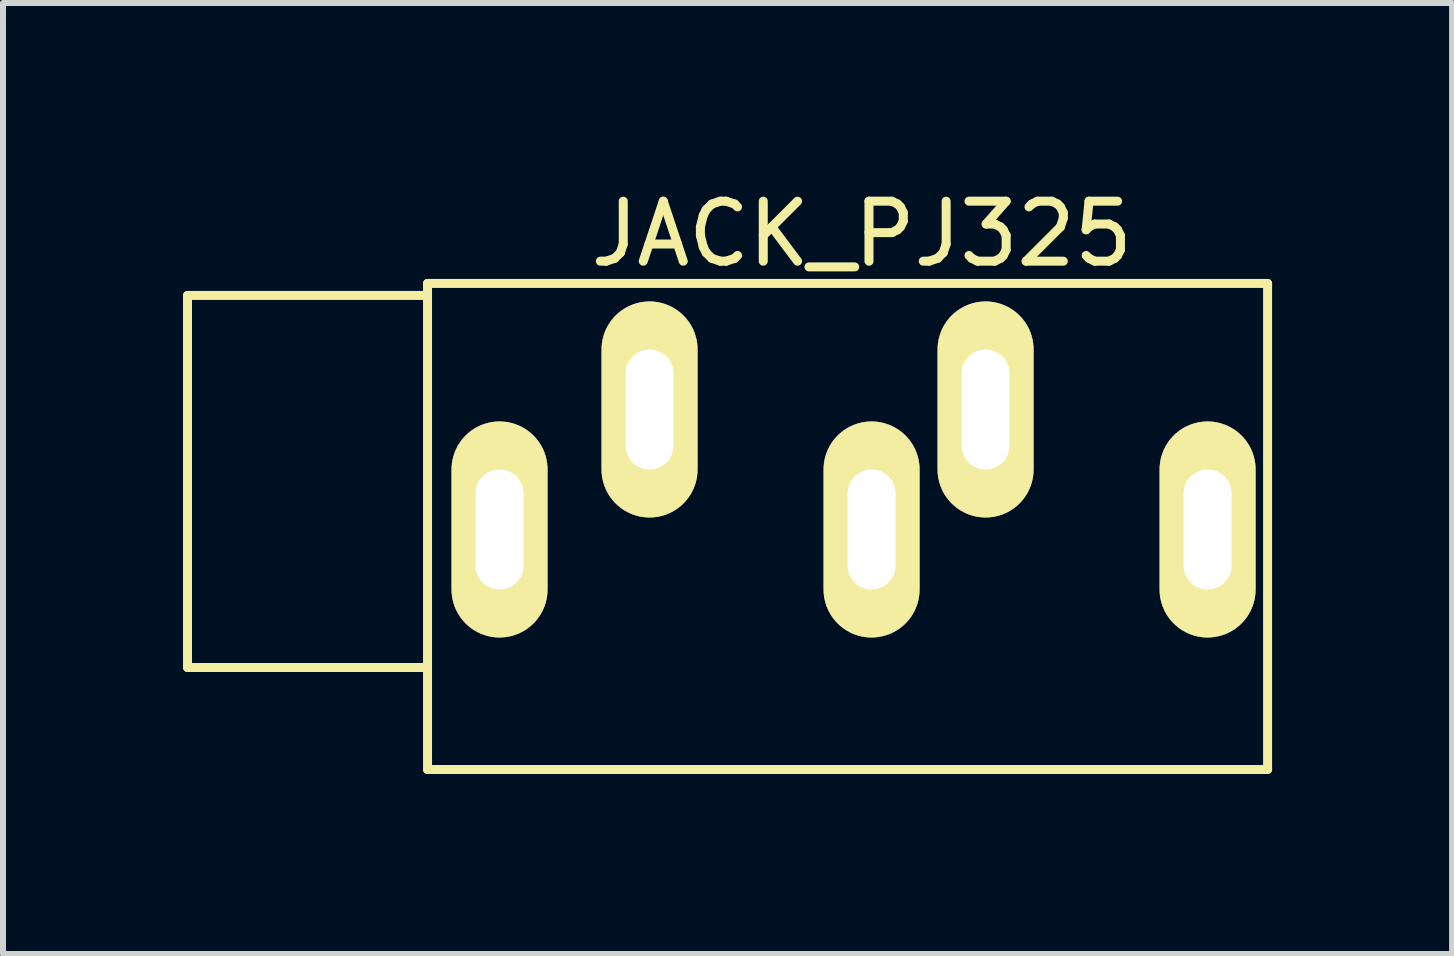
<source format=kicad_pcb>
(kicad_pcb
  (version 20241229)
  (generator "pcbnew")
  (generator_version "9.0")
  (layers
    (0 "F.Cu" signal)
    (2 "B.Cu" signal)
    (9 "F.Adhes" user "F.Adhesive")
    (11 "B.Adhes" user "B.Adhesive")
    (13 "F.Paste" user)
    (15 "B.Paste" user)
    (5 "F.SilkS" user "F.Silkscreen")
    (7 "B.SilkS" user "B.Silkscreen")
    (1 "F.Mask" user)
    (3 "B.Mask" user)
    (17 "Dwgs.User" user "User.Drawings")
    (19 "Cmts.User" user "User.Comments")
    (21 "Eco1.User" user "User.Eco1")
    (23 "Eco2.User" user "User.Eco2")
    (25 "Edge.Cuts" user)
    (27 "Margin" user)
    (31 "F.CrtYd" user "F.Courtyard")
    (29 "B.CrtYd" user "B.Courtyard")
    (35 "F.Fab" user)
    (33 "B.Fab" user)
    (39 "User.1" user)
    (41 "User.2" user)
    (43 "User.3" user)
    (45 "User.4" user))
  (footprint "JACK_PJ325"
    (layer "F.Cu")
    (at 11.075 5.724)
    (property "Reference" "JACK_PJ325" (at 0.238 -4.876 0) (layer "F.SilkS") (effects (font (size 1 1) (thickness 0.15))))
    (attr through_hole)
    (fp_line (start -11 -3.85) (end -11 2.35) (stroke (width 0.15) (type solid)) (layer "F.SilkS"))
    (fp_line (start -11 2.35) (end -7 2.35) (stroke (width 0.15) (type solid)) (layer "F.SilkS"))
    (fp_line (start -7 -4.05) (end 7 -4.05) (stroke (width 0.15) (type solid)) (layer "F.SilkS"))
    (fp_line (start -7 -3.85) (end -11 -3.85) (stroke (width 0.15) (type solid)) (layer "F.SilkS"))
    (fp_line (start -7 4.05) (end -7 -4.05) (stroke (width 0.15) (type solid)) (layer "F.SilkS"))
    (fp_line (start 7 -4.05) (end 7 4.05) (stroke (width 0.15) (type solid)) (layer "F.SilkS"))
    (fp_line (start 7 4.05) (end -7 4.05) (stroke (width 0.15) (type solid)) (layer "F.SilkS"))
    (pad "1" thru_hole oval (at -5.8 0.05) (size 1.6 3.6) (drill oval 0.8 2) (layers "*.Cu" "*.Mask" "F.SilkS"))
    (pad "2" thru_hole oval (at 0.4 0.05) (size 1.6 3.6) (drill oval 0.8 2) (layers "*.Cu" "*.Mask" "F.SilkS"))
    (pad "3" thru_hole oval (at 2.3 -1.95) (size 1.6 3.6) (drill oval 0.8 2) (layers "*.Cu" "*.Mask" "F.SilkS"))
    (pad "4" thru_hole oval (at 6 0.05) (size 1.6 3.6) (drill oval 0.8 2) (layers "*.Cu" "*.Mask" "F.SilkS"))
    (pad "5" thru_hole oval (at -3.3 -1.95) (size 1.6 3.6) (drill oval 0.8 2) (layers "*.Cu" "*.Mask" "F.SilkS")))
  (gr_rect
    (start -3 -3)
    (end 21.15 12.849)
    (stroke (width 0.1) (type default))
    (fill no)
    (layer "Edge.Cuts")))
</source>
